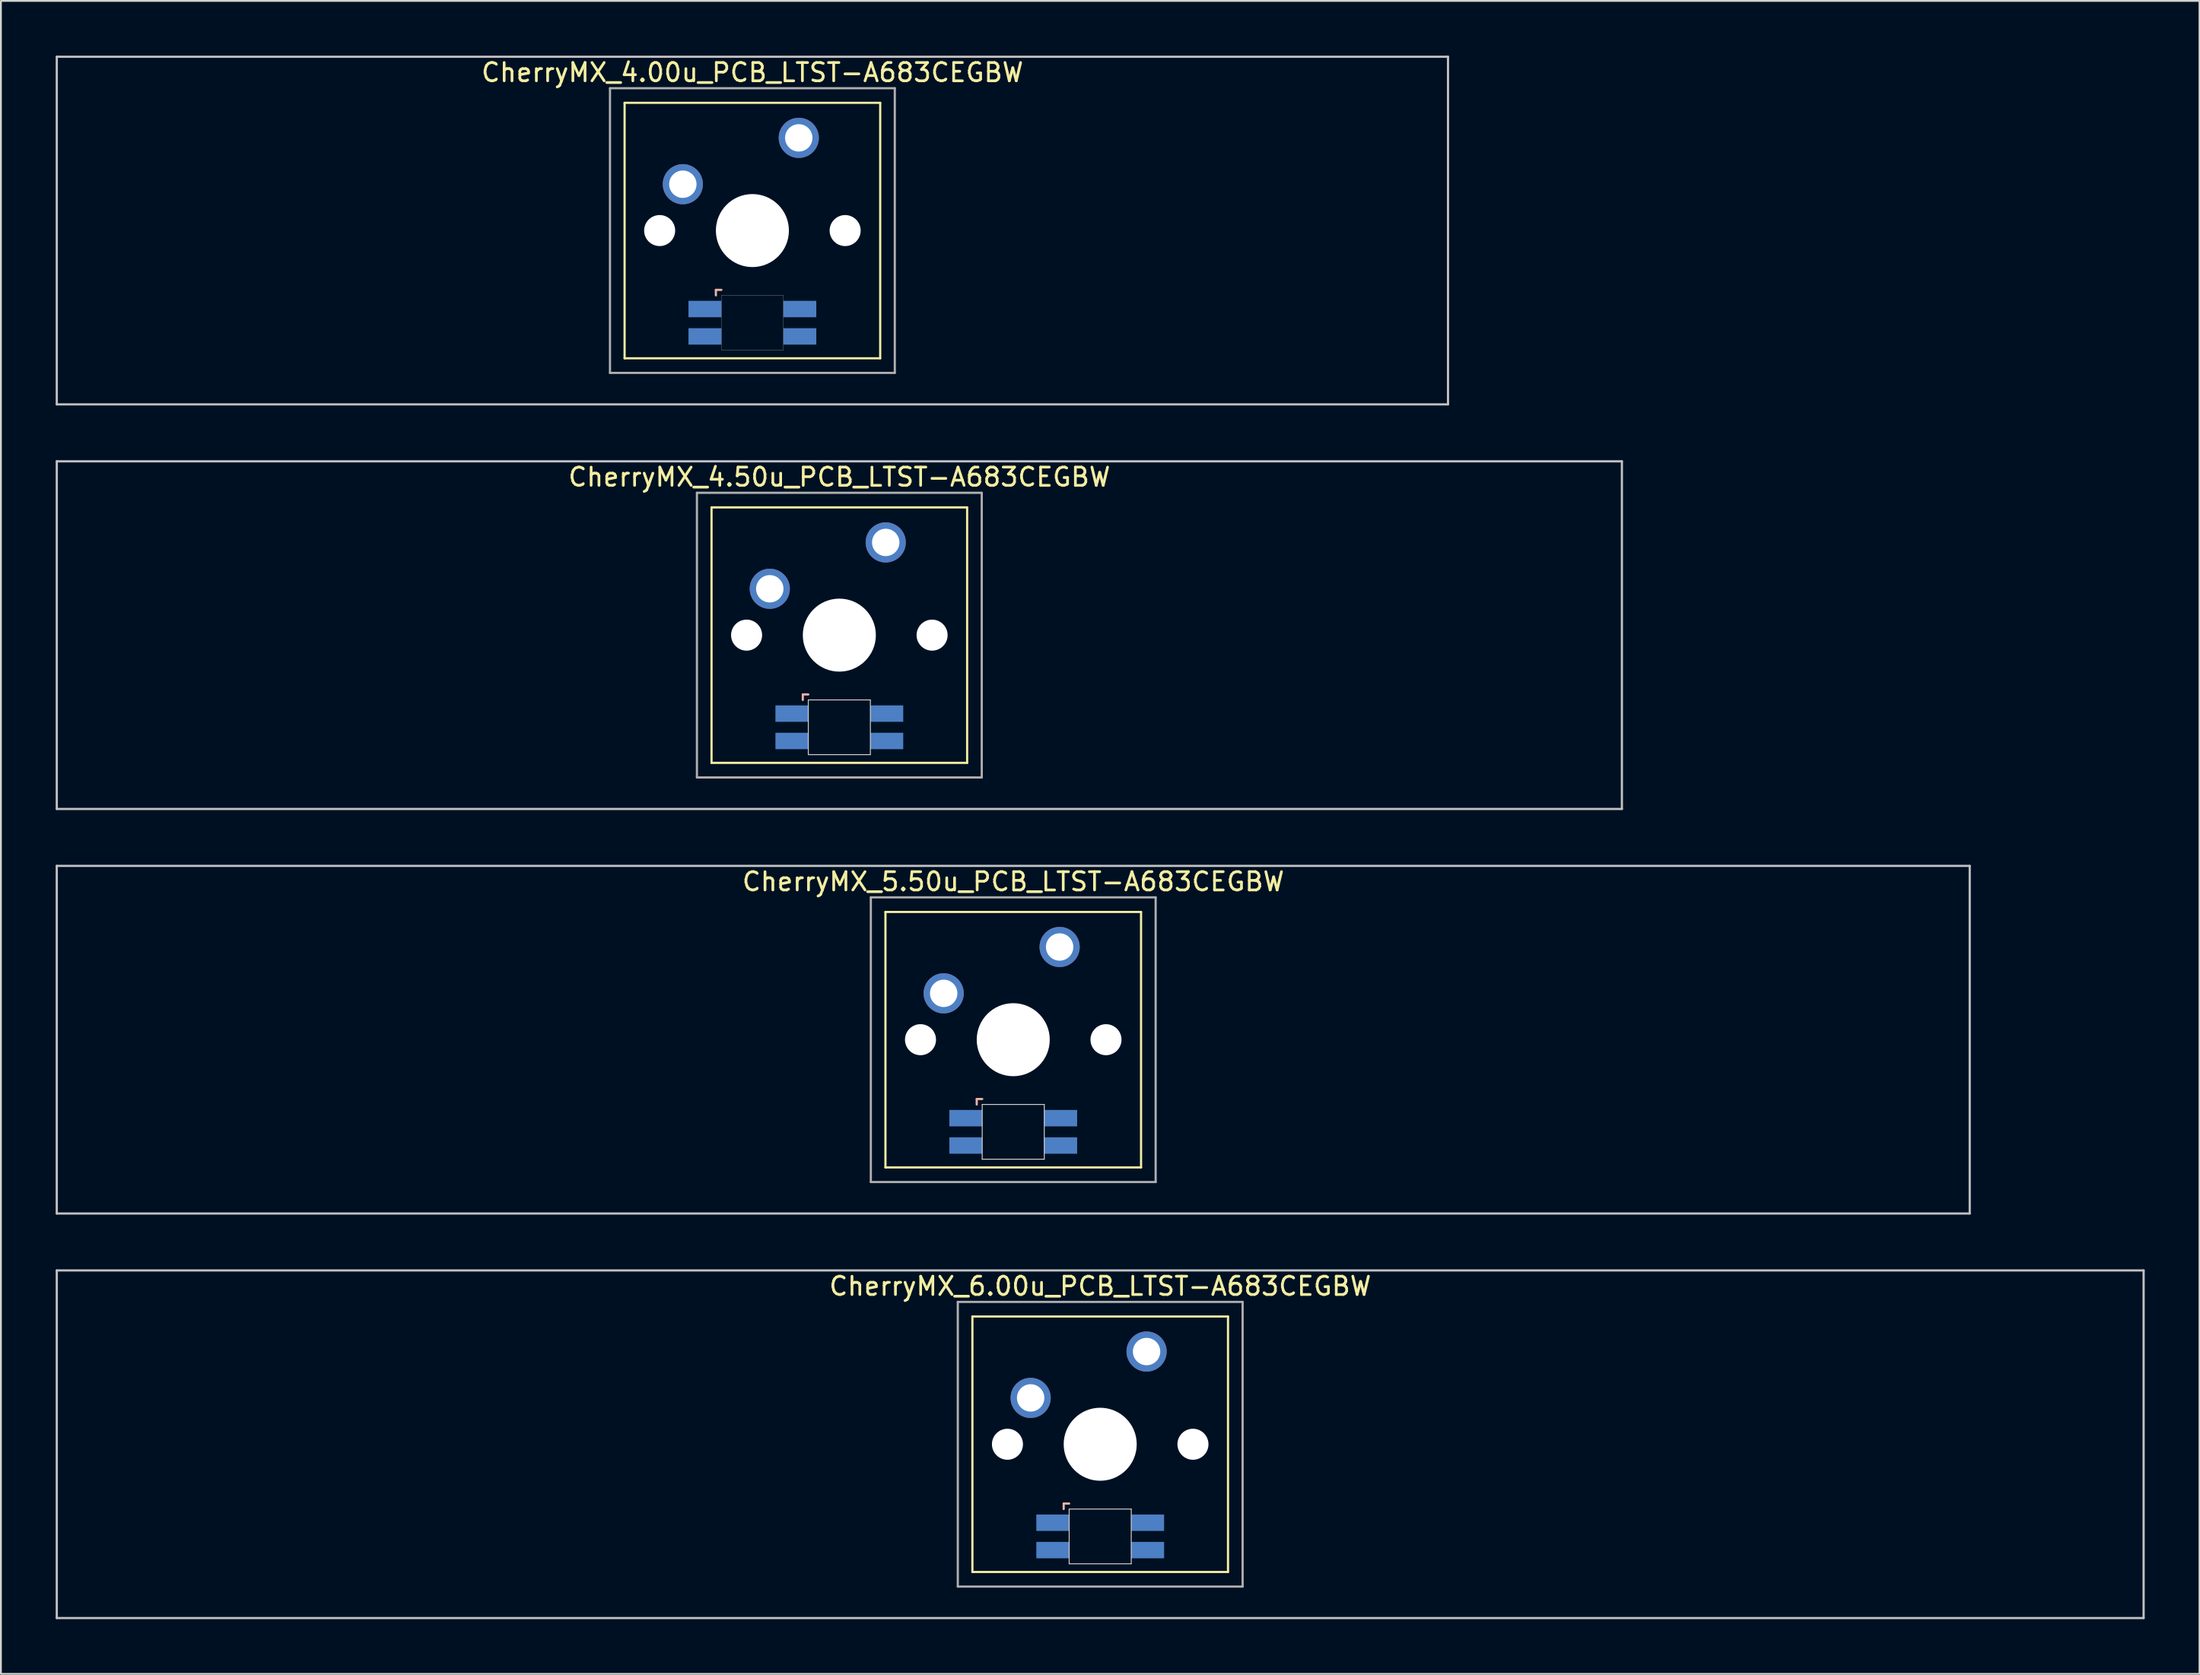
<source format=kicad_pcb>
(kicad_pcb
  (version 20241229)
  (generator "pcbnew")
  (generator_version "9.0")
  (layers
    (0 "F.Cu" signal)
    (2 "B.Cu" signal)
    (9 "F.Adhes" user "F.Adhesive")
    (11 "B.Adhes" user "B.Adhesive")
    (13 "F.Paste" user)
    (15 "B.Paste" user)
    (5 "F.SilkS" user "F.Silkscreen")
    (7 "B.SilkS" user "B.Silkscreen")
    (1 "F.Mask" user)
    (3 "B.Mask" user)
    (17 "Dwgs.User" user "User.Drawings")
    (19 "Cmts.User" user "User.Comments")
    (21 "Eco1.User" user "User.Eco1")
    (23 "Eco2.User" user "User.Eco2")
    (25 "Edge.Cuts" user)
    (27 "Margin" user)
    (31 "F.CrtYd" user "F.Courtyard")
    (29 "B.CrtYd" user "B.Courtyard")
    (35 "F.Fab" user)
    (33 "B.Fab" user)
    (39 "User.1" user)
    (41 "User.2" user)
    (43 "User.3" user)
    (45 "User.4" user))
  (footprint "CherryMX_4.50u_PCB_LTST-A683CEGBW"
    (layer "F.Cu")
    (at 42.922 31.755)
    (property "Reference" "CherryMX_4.50u_PCB_LTST-A683CEGBW" (at 0 -8.662 0) (layer "F.SilkS") (effects (font (size 1 1) (thickness 0.15))))
    (attr through_hole)
    (fp_line (start -7 -7) (end -7 7) (stroke (width 0.12) (type solid)) (layer "F.SilkS"))
    (fp_line (start -7 -7) (end 7 -7) (stroke (width 0.12) (type solid)) (layer "F.SilkS"))
    (fp_line (start 7 -7) (end 7 7) (stroke (width 0.12) (type solid)) (layer "F.SilkS"))
    (fp_line (start 7 7) (end -7 7) (stroke (width 0.12) (type solid)) (layer "F.SilkS"))
    (fp_line (start -2 3.25) (end -2 3.55) (stroke (width 0.12) (type solid)) (layer "B.SilkS"))
    (fp_line (start -1.7 3.25) (end -2 3.25) (stroke (width 0.12) (type solid)) (layer "B.SilkS"))
    (fp_line (start -42.862 -9.525) (end 42.862 -9.525) (stroke (width 0.12) (type solid)) (layer "Dwgs.User"))
    (fp_line (start -42.862 9.525) (end -42.862 -9.525) (stroke (width 0.12) (type solid)) (layer "Dwgs.User"))
    (fp_line (start 42.862 -9.525) (end 42.862 9.525) (stroke (width 0.12) (type solid)) (layer "Dwgs.User"))
    (fp_line (start 42.862 9.525) (end -42.862 9.525) (stroke (width 0.12) (type solid)) (layer "Dwgs.User"))
    (fp_line (start -1.7 3.55) (end 1.7 3.55) (stroke (width 0.05) (type solid)) (layer "Edge.Cuts"))
    (fp_line (start -1.7 6.55) (end -1.7 3.55) (stroke (width 0.05) (type solid)) (layer "Edge.Cuts"))
    (fp_line (start 1.7 3.55) (end 1.7 6.55) (stroke (width 0.05) (type solid)) (layer "Edge.Cuts"))
    (fp_line (start 1.7 6.55) (end -1.7 6.55) (stroke (width 0.05) (type solid)) (layer "Edge.Cuts"))
    (fp_line (start -7.8 -7.8) (end -7.8 7.8) (stroke (width 0.12) (type solid)) (layer "F.Fab"))
    (fp_line (start -7.8 -7.8) (end 7.8 -7.8) (stroke (width 0.12) (type solid)) (layer "F.Fab"))
    (fp_line (start -7.8 7.8) (end 7.8 7.8) (stroke (width 0.12) (type solid)) (layer "F.Fab"))
    (fp_line (start 7.8 -7.8) (end 7.8 7.8) (stroke (width 0.12) (type solid)) (layer "F.Fab"))
    (pad "" np_thru_hole circle (at -5.08 0) (size 1.7 1.7) (drill 1.7) (layers "*.Cu" "*.Mask"))
    (pad "" np_thru_hole circle (at 0 0) (size 4 4) (drill 4) (layers "*.Cu" "*.Mask"))
    (pad "" np_thru_hole circle (at 5.08 0) (size 1.7 1.7) (drill 1.7) (layers "*.Cu" "*.Mask"))
    (pad "1" thru_hole circle (at -3.81 -2.54) (size 2.2 2.2) (drill 1.5) (layers "*.Cu" "*.Mask"))
    (pad "2" thru_hole circle (at 2.54 -5.08) (size 2.2 2.2) (drill 1.5) (layers "*.Cu" "*.Mask"))
    (pad "3" smd rect (at -2.6 4.3) (size 1.8 0.9) (layers "B.Cu" "B.Mask" "B.Paste"))
    (pad "4" smd rect (at -2.6 5.8) (size 1.8 0.9) (layers "B.Cu" "B.Mask" "B.Paste"))
    (pad "5" smd rect (at 2.6 4.3) (size 1.8 0.9) (layers "B.Cu" "B.Mask" "B.Paste"))
    (pad "6" smd rect (at 2.6 5.8) (size 1.8 0.9) (layers "B.Cu" "B.Mask" "B.Paste")))
  (footprint "CherryMX_5.50u_PCB_LTST-A683CEGBW"
    (layer "F.Cu")
    (at 52.447 53.925)
    (property "Reference" "CherryMX_5.50u_PCB_LTST-A683CEGBW" (at 0 -8.662 0) (layer "F.SilkS") (effects (font (size 1 1) (thickness 0.15))))
    (attr through_hole)
    (fp_line (start -7 -7) (end -7 7) (stroke (width 0.12) (type solid)) (layer "F.SilkS"))
    (fp_line (start -7 -7) (end 7 -7) (stroke (width 0.12) (type solid)) (layer "F.SilkS"))
    (fp_line (start 7 -7) (end 7 7) (stroke (width 0.12) (type solid)) (layer "F.SilkS"))
    (fp_line (start 7 7) (end -7 7) (stroke (width 0.12) (type solid)) (layer "F.SilkS"))
    (fp_line (start -2 3.25) (end -2 3.55) (stroke (width 0.12) (type solid)) (layer "B.SilkS"))
    (fp_line (start -1.7 3.25) (end -2 3.25) (stroke (width 0.12) (type solid)) (layer "B.SilkS"))
    (fp_line (start -52.388 -9.525) (end 52.388 -9.525) (stroke (width 0.12) (type solid)) (layer "Dwgs.User"))
    (fp_line (start -52.388 9.525) (end -52.388 -9.525) (stroke (width 0.12) (type solid)) (layer "Dwgs.User"))
    (fp_line (start 52.388 -9.525) (end 52.388 9.525) (stroke (width 0.12) (type solid)) (layer "Dwgs.User"))
    (fp_line (start 52.388 9.525) (end -52.388 9.525) (stroke (width 0.12) (type solid)) (layer "Dwgs.User"))
    (fp_line (start -1.7 3.55) (end 1.7 3.55) (stroke (width 0.05) (type solid)) (layer "Edge.Cuts"))
    (fp_line (start -1.7 6.55) (end -1.7 3.55) (stroke (width 0.05) (type solid)) (layer "Edge.Cuts"))
    (fp_line (start 1.7 3.55) (end 1.7 6.55) (stroke (width 0.05) (type solid)) (layer "Edge.Cuts"))
    (fp_line (start 1.7 6.55) (end -1.7 6.55) (stroke (width 0.05) (type solid)) (layer "Edge.Cuts"))
    (fp_line (start -7.8 -7.8) (end -7.8 7.8) (stroke (width 0.12) (type solid)) (layer "F.Fab"))
    (fp_line (start -7.8 -7.8) (end 7.8 -7.8) (stroke (width 0.12) (type solid)) (layer "F.Fab"))
    (fp_line (start -7.8 7.8) (end 7.8 7.8) (stroke (width 0.12) (type solid)) (layer "F.Fab"))
    (fp_line (start 7.8 -7.8) (end 7.8 7.8) (stroke (width 0.12) (type solid)) (layer "F.Fab"))
    (pad "" np_thru_hole circle (at -5.08 0) (size 1.7 1.7) (drill 1.7) (layers "*.Cu" "*.Mask"))
    (pad "" np_thru_hole circle (at 0 0) (size 4 4) (drill 4) (layers "*.Cu" "*.Mask"))
    (pad "" np_thru_hole circle (at 5.08 0) (size 1.7 1.7) (drill 1.7) (layers "*.Cu" "*.Mask"))
    (pad "1" thru_hole circle (at -3.81 -2.54) (size 2.2 2.2) (drill 1.5) (layers "*.Cu" "*.Mask"))
    (pad "2" thru_hole circle (at 2.54 -5.08) (size 2.2 2.2) (drill 1.5) (layers "*.Cu" "*.Mask"))
    (pad "3" smd rect (at -2.6 4.3) (size 1.8 0.9) (layers "B.Cu" "B.Mask" "B.Paste"))
    (pad "4" smd rect (at -2.6 5.8) (size 1.8 0.9) (layers "B.Cu" "B.Mask" "B.Paste"))
    (pad "5" smd rect (at 2.6 4.3) (size 1.8 0.9) (layers "B.Cu" "B.Mask" "B.Paste"))
    (pad "6" smd rect (at 2.6 5.8) (size 1.8 0.9) (layers "B.Cu" "B.Mask" "B.Paste")))
  (footprint "CherryMX_6.00u_PCB_LTST-A683CEGBW"
    (layer "F.Cu")
    (at 57.21 76.095)
    (property "Reference" "CherryMX_6.00u_PCB_LTST-A683CEGBW" (at 0 -8.662 0) (layer "F.SilkS") (effects (font (size 1 1) (thickness 0.15))))
    (attr through_hole)
    (fp_line (start -7 -7) (end -7 7) (stroke (width 0.12) (type solid)) (layer "F.SilkS"))
    (fp_line (start -7 -7) (end 7 -7) (stroke (width 0.12) (type solid)) (layer "F.SilkS"))
    (fp_line (start 7 -7) (end 7 7) (stroke (width 0.12) (type solid)) (layer "F.SilkS"))
    (fp_line (start 7 7) (end -7 7) (stroke (width 0.12) (type solid)) (layer "F.SilkS"))
    (fp_line (start -2 3.25) (end -2 3.55) (stroke (width 0.12) (type solid)) (layer "B.SilkS"))
    (fp_line (start -1.7 3.25) (end -2 3.25) (stroke (width 0.12) (type solid)) (layer "B.SilkS"))
    (fp_line (start -57.15 -9.525) (end 57.15 -9.525) (stroke (width 0.12) (type solid)) (layer "Dwgs.User"))
    (fp_line (start -57.15 9.525) (end -57.15 -9.525) (stroke (width 0.12) (type solid)) (layer "Dwgs.User"))
    (fp_line (start 57.15 -9.525) (end 57.15 9.525) (stroke (width 0.12) (type solid)) (layer "Dwgs.User"))
    (fp_line (start 57.15 9.525) (end -57.15 9.525) (stroke (width 0.12) (type solid)) (layer "Dwgs.User"))
    (fp_line (start -1.7 3.55) (end 1.7 3.55) (stroke (width 0.05) (type solid)) (layer "Edge.Cuts"))
    (fp_line (start -1.7 6.55) (end -1.7 3.55) (stroke (width 0.05) (type solid)) (layer "Edge.Cuts"))
    (fp_line (start 1.7 3.55) (end 1.7 6.55) (stroke (width 0.05) (type solid)) (layer "Edge.Cuts"))
    (fp_line (start 1.7 6.55) (end -1.7 6.55) (stroke (width 0.05) (type solid)) (layer "Edge.Cuts"))
    (fp_line (start -7.8 -7.8) (end -7.8 7.8) (stroke (width 0.12) (type solid)) (layer "F.Fab"))
    (fp_line (start -7.8 -7.8) (end 7.8 -7.8) (stroke (width 0.12) (type solid)) (layer "F.Fab"))
    (fp_line (start -7.8 7.8) (end 7.8 7.8) (stroke (width 0.12) (type solid)) (layer "F.Fab"))
    (fp_line (start 7.8 -7.8) (end 7.8 7.8) (stroke (width 0.12) (type solid)) (layer "F.Fab"))
    (pad "" np_thru_hole circle (at -5.08 0) (size 1.7 1.7) (drill 1.7) (layers "*.Cu" "*.Mask"))
    (pad "" np_thru_hole circle (at 0 0) (size 4 4) (drill 4) (layers "*.Cu" "*.Mask"))
    (pad "" np_thru_hole circle (at 5.08 0) (size 1.7 1.7) (drill 1.7) (layers "*.Cu" "*.Mask"))
    (pad "1" thru_hole circle (at -3.81 -2.54) (size 2.2 2.2) (drill 1.5) (layers "*.Cu" "*.Mask"))
    (pad "2" thru_hole circle (at 2.54 -5.08) (size 2.2 2.2) (drill 1.5) (layers "*.Cu" "*.Mask"))
    (pad "3" smd rect (at -2.6 4.3) (size 1.8 0.9) (layers "B.Cu" "B.Mask" "B.Paste"))
    (pad "4" smd rect (at -2.6 5.8) (size 1.8 0.9) (layers "B.Cu" "B.Mask" "B.Paste"))
    (pad "5" smd rect (at 2.6 4.3) (size 1.8 0.9) (layers "B.Cu" "B.Mask" "B.Paste"))
    (pad "6" smd rect (at 2.6 5.8) (size 1.8 0.9) (layers "B.Cu" "B.Mask" "B.Paste")))
  (footprint "CherryMX_4.00u_PCB_LTST-A683CEGBW"
    (layer "F.Cu")
    (at 38.16 9.585)
    (property "Reference" "CherryMX_4.00u_PCB_LTST-A683CEGBW" (at 0 -8.662 0) (layer "F.SilkS") (effects (font (size 1 1) (thickness 0.15))))
    (attr through_hole)
    (fp_line (start -7 -7) (end -7 7) (stroke (width 0.12) (type solid)) (layer "F.SilkS"))
    (fp_line (start -7 -7) (end 7 -7) (stroke (width 0.12) (type solid)) (layer "F.SilkS"))
    (fp_line (start 7 -7) (end 7 7) (stroke (width 0.12) (type solid)) (layer "F.SilkS"))
    (fp_line (start 7 7) (end -7 7) (stroke (width 0.12) (type solid)) (layer "F.SilkS"))
    (fp_line (start -2 3.25) (end -2 3.55) (stroke (width 0.12) (type solid)) (layer "B.SilkS"))
    (fp_line (start -1.7 3.25) (end -2 3.25) (stroke (width 0.12) (type solid)) (layer "B.SilkS"))
    (fp_line (start -38.1 -9.525) (end 38.1 -9.525) (stroke (width 0.12) (type solid)) (layer "Dwgs.User"))
    (fp_line (start -38.1 9.525) (end -38.1 -9.525) (stroke (width 0.12) (type solid)) (layer "Dwgs.User"))
    (fp_line (start 38.1 -9.525) (end 38.1 9.525) (stroke (width 0.12) (type solid)) (layer "Dwgs.User"))
    (fp_line (start 38.1 9.525) (end -38.1 9.525) (stroke (width 0.12) (type solid)) (layer "Dwgs.User"))
    (fp_poly (pts (xy 1.7 6.55) (xy -1.7 6.55) (xy -1.7 3.55) (xy 1.7 3.55)) (stroke (width 0.01) (type solid)) (fill no) (layer "Edge.Cuts"))
    (fp_line (start -7.8 -7.8) (end -7.8 7.8) (stroke (width 0.12) (type solid)) (layer "F.Fab"))
    (fp_line (start -7.8 -7.8) (end 7.8 -7.8) (stroke (width 0.12) (type solid)) (layer "F.Fab"))
    (fp_line (start -7.8 7.8) (end 7.8 7.8) (stroke (width 0.12) (type solid)) (layer "F.Fab"))
    (fp_line (start 7.8 -7.8) (end 7.8 7.8) (stroke (width 0.12) (type solid)) (layer "F.Fab"))
    (pad "" np_thru_hole circle (at -5.08 0) (size 1.7 1.7) (drill 1.7) (layers "*.Cu" "*.Mask"))
    (pad "" np_thru_hole circle (at 0 0) (size 4 4) (drill 4) (layers "*.Cu" "*.Mask"))
    (pad "" np_thru_hole circle (at 5.08 0) (size 1.7 1.7) (drill 1.7) (layers "*.Cu" "*.Mask"))
    (pad "1" thru_hole circle (at -3.81 -2.54) (size 2.2 2.2) (drill 1.5) (layers "*.Cu" "*.Mask"))
    (pad "2" thru_hole circle (at 2.54 -5.08) (size 2.2 2.2) (drill 1.5) (layers "*.Cu" "*.Mask"))
    (pad "3" smd rect (at -2.6 4.3) (size 1.8 0.9) (layers "B.Cu" "B.Mask" "B.Paste"))
    (pad "4" smd rect (at -2.6 5.8) (size 1.8 0.9) (layers "B.Cu" "B.Mask" "B.Paste"))
    (pad "5" smd rect (at 2.6 4.3) (size 1.8 0.9) (layers "B.Cu" "B.Mask" "B.Paste"))
    (pad "6" smd rect (at 2.6 5.8) (size 1.8 0.9) (layers "B.Cu" "B.Mask" "B.Paste")))
  (gr_rect
    (start -3 -3)
    (end 117.42 88.68)
    (stroke (width 0.1) (type default))
    (fill no)
    (layer "Edge.Cuts")))
</source>
